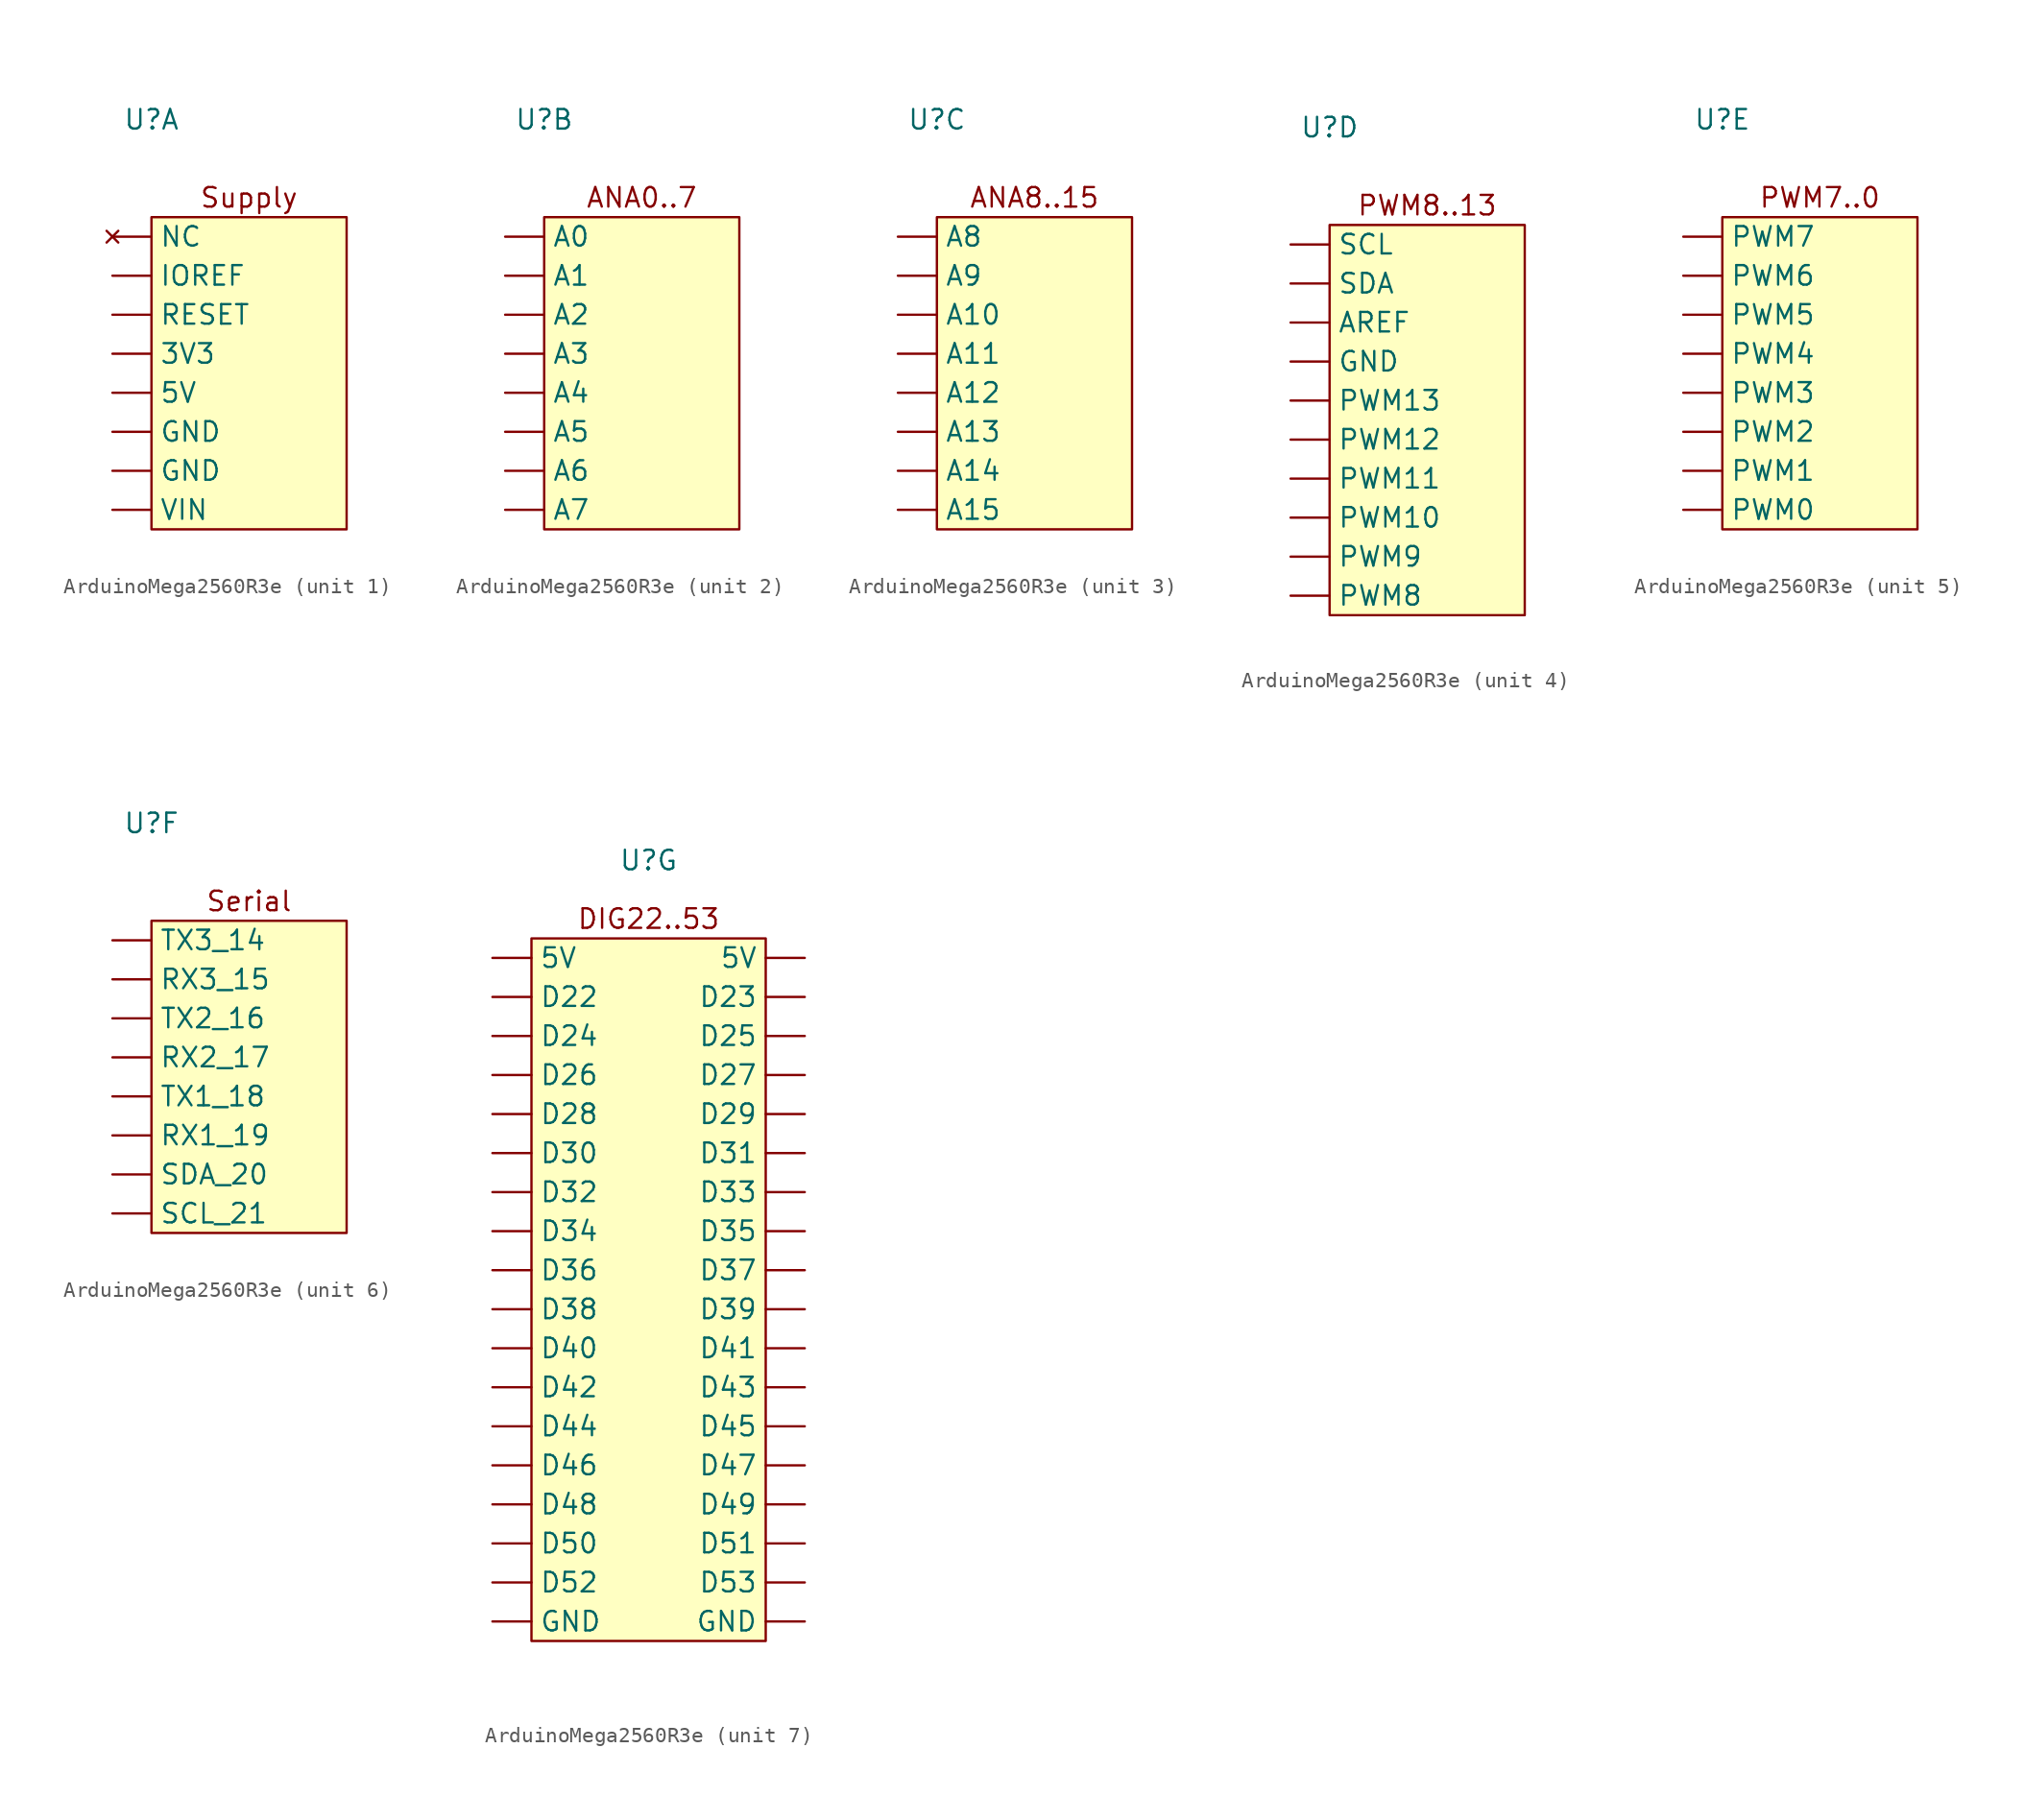
<source format=kicad_sym>
(kicad_symbol_lib
  (version 20220914)
  (generator kicad_symbol_editor)
  (symbol "ArduinoMega2560R3e"
    (pin_numbers hide)
    (property "Reference" "U"
      (at 0 3.81 0)
      (effects (font (size 1.27 1.27))))
    (property "Value" ""
      (at 0 0 0)
      (effects (font (size 1.27 1.27))))
    (property "ki_locked" ""
      (at 0 0 0)
      (effects (font (size 1.27 1.27))))
    (symbol "ArduinoMega2560R3e_1_1"
      (rectangle (start 0 -2.54) (end 12.7 -22.86) (stroke (width 0) (type default)) (fill (type background)))
      (text "Supply" (at 6.35 -1.27 0) (effects (font (size 1.27 1.27))))
      (pin no_connect line (at -2.54 -3.81 0) (length 2.54) (name "NC" (effects (font (size 1.27 1.27)))) (number "201" (effects (font (size 1.27 1.27)))))
      (pin output line (at -2.54 -6.35 0) (length 2.54) (name "IOREF" (effects (font (size 1.27 1.27)))) (number "202" (effects (font (size 1.27 1.27)))))
      (pin input line (at -2.54 -8.89 0) (length 2.54) (name "RESET" (effects (font (size 1.27 1.27)))) (number "203" (effects (font (size 1.27 1.27)))))
      (pin power_out line (at -2.54 -11.43 0) (length 2.54) (name "3V3" (effects (font (size 1.27 1.27)))) (number "204" (effects (font (size 1.27 1.27)))))
      (pin power_out line (at -2.54 -13.97 0) (length 2.54) (name "5V" (effects (font (size 1.27 1.27)))) (number "205" (effects (font (size 1.27 1.27)))))
      (pin power_in line (at -2.54 -16.51 0) (length 2.54) (name "GND" (effects (font (size 1.27 1.27)))) (number "206" (effects (font (size 1.27 1.27)))))
      (pin power_in line (at -2.54 -19.05 0) (length 2.54) (name "GND" (effects (font (size 1.27 1.27)))) (number "207" (effects (font (size 1.27 1.27)))))
      (pin power_in line (at -2.54 -21.59 0) (length 2.54) (name "VIN" (effects (font (size 1.27 1.27)))) (number "208" (effects (font (size 1.27 1.27))))))
    (symbol "ArduinoMega2560R3e_2_1"
      (rectangle (start 0 -2.54) (end 12.7 -22.86) (stroke (width 0) (type default)) (fill (type background)))
      (text "ANA0..7" (at 6.35 -1.27 0) (effects (font (size 1.27 1.27))))
      (pin input line (at -2.54 -3.81 0) (length 2.54) (name "A0" (effects (font (size 1.27 1.27)))) (number "209" (effects (font (size 1.27 1.27)))))
      (pin input line (at -2.54 -6.35 0) (length 2.54) (name "A1" (effects (font (size 1.27 1.27)))) (number "210" (effects (font (size 1.27 1.27)))))
      (pin input line (at -2.54 -8.89 0) (length 2.54) (name "A2" (effects (font (size 1.27 1.27)))) (number "211" (effects (font (size 1.27 1.27)))))
      (pin input line (at -2.54 -11.43 0) (length 2.54) (name "A3" (effects (font (size 1.27 1.27)))) (number "212" (effects (font (size 1.27 1.27)))))
      (pin input line (at -2.54 -13.97 0) (length 2.54) (name "A4" (effects (font (size 1.27 1.27)))) (number "213" (effects (font (size 1.27 1.27)))))
      (pin input line (at -2.54 -16.51 0) (length 2.54) (name "A5" (effects (font (size 1.27 1.27)))) (number "214" (effects (font (size 1.27 1.27)))))
      (pin input line (at -2.54 -19.05 0) (length 2.54) (name "A6" (effects (font (size 1.27 1.27)))) (number "215" (effects (font (size 1.27 1.27)))))
      (pin input line (at -2.54 -21.59 0) (length 2.54) (name "A7" (effects (font (size 1.27 1.27)))) (number "216" (effects (font (size 1.27 1.27))))))
    (symbol "ArduinoMega2560R3e_3_1"
      (rectangle (start 0 -2.54) (end 12.7 -22.86) (stroke (width 0) (type default)) (fill (type background)))
      (text "ANA8..15" (at 6.35 -1.27 0) (effects (font (size 1.27 1.27))))
      (pin input line (at -2.54 -3.81 0) (length 2.54) (name "A8" (effects (font (size 1.27 1.27)))) (number "217" (effects (font (size 1.27 1.27)))))
      (pin input line (at -2.54 -6.35 0) (length 2.54) (name "A9" (effects (font (size 1.27 1.27)))) (number "218" (effects (font (size 1.27 1.27)))))
      (pin input line (at -2.54 -8.89 0) (length 2.54) (name "A10" (effects (font (size 1.27 1.27)))) (number "219" (effects (font (size 1.27 1.27)))))
      (pin input line (at -2.54 -11.43 0) (length 2.54) (name "A11" (effects (font (size 1.27 1.27)))) (number "220" (effects (font (size 1.27 1.27)))))
      (pin input line (at -2.54 -13.97 0) (length 2.54) (name "A12" (effects (font (size 1.27 1.27)))) (number "221" (effects (font (size 1.27 1.27)))))
      (pin input line (at -2.54 -16.51 0) (length 2.54) (name "A13" (effects (font (size 1.27 1.27)))) (number "222" (effects (font (size 1.27 1.27)))))
      (pin input line (at -2.54 -19.05 0) (length 2.54) (name "A14" (effects (font (size 1.27 1.27)))) (number "223" (effects (font (size 1.27 1.27)))))
      (pin input line (at -2.54 -21.59 0) (length 2.54) (name "A15" (effects (font (size 1.27 1.27)))) (number "224" (effects (font (size 1.27 1.27))))))
    (symbol "ArduinoMega2560R3e_4_1"
      (rectangle (start 0 -2.54) (end 12.7 -27.94) (stroke (width 0) (type default)) (fill (type background)))
      (text "PWM8..13" (at 6.35 -1.27 0) (effects (font (size 1.27 1.27))))
      (pin output line (at -2.54 -3.81 0) (length 2.54) (name "SCL" (effects (font (size 1.27 1.27)))) (number "101" (effects (font (size 1.27 1.27)))))
      (pin bidirectional line (at -2.54 -6.35 0) (length 2.54) (name "SDA" (effects (font (size 1.27 1.27)))) (number "102" (effects (font (size 1.27 1.27)))))
      (pin input line (at -2.54 -8.89 0) (length 2.54) (name "AREF" (effects (font (size 1.27 1.27)))) (number "103" (effects (font (size 1.27 1.27)))))
      (pin power_in line (at -2.54 -11.43 0) (length 2.54) (name "GND" (effects (font (size 1.27 1.27)))) (number "104" (effects (font (size 1.27 1.27)))))
      (pin bidirectional line (at -2.54 -13.97 0) (length 2.54) (name "PWM13" (effects (font (size 1.27 1.27)))) (number "105" (effects (font (size 1.27 1.27)))))
      (pin bidirectional line (at -2.54 -16.51 0) (length 2.54) (name "PWM12" (effects (font (size 1.27 1.27)))) (number "106" (effects (font (size 1.27 1.27)))))
      (pin bidirectional line (at -2.54 -19.05 0) (length 2.54) (name "PWM11" (effects (font (size 1.27 1.27)))) (number "107" (effects (font (size 1.27 1.27)))))
      (pin bidirectional line (at -2.54 -21.59 0) (length 2.54) (name "PWM10" (effects (font (size 1.27 1.27)))) (number "108" (effects (font (size 1.27 1.27)))))
      (pin bidirectional line (at -2.54 -24.13 0) (length 2.54) (name "PWM9" (effects (font (size 1.27 1.27)))) (number "109" (effects (font (size 1.27 1.27)))))
      (pin bidirectional line (at -2.54 -26.67 0) (length 2.54) (name "PWM8" (effects (font (size 1.27 1.27)))) (number "110" (effects (font (size 1.27 1.27))))))
    (symbol "ArduinoMega2560R3e_5_1"
      (rectangle (start 0 -2.54) (end 12.7 -22.86) (stroke (width 0) (type default)) (fill (type background)))
      (text "PWM7..0" (at 6.35 -1.27 0) (effects (font (size 1.27 1.27))))
      (pin bidirectional line (at -2.54 -3.81 0) (length 2.54) (name "PWM7" (effects (font (size 1.27 1.27)))) (number "111" (effects (font (size 1.27 1.27)))))
      (pin bidirectional line (at -2.54 -6.35 0) (length 2.54) (name "PWM6" (effects (font (size 1.27 1.27)))) (number "112" (effects (font (size 1.27 1.27)))))
      (pin bidirectional line (at -2.54 -8.89 0) (length 2.54) (name "PWM5" (effects (font (size 1.27 1.27)))) (number "113" (effects (font (size 1.27 1.27)))))
      (pin bidirectional line (at -2.54 -11.43 0) (length 2.54) (name "PWM4" (effects (font (size 1.27 1.27)))) (number "114" (effects (font (size 1.27 1.27)))))
      (pin bidirectional line (at -2.54 -13.97 0) (length 2.54) (name "PWM3" (effects (font (size 1.27 1.27)))) (number "115" (effects (font (size 1.27 1.27)))))
      (pin bidirectional line (at -2.54 -16.51 0) (length 2.54) (name "PWM2" (effects (font (size 1.27 1.27)))) (number "116" (effects (font (size 1.27 1.27)))))
      (pin bidirectional line (at -2.54 -19.05 0) (length 2.54) (name "PWM1" (effects (font (size 1.27 1.27)))) (number "117" (effects (font (size 1.27 1.27)))))
      (pin bidirectional line (at -2.54 -21.59 0) (length 2.54) (name "PWM0" (effects (font (size 1.27 1.27)))) (number "118" (effects (font (size 1.27 1.27))))))
    (symbol "ArduinoMega2560R3e_6_1"
      (rectangle (start 0 -2.54) (end 12.7 -22.86) (stroke (width 0) (type default)) (fill (type background)))
      (text "Serial" (at 6.35 -1.27 0) (effects (font (size 1.27 1.27))))
      (pin bidirectional line (at -2.54 -3.81 0) (length 2.54) (name "TX3_14" (effects (font (size 1.27 1.27)))) (number "119" (effects (font (size 1.27 1.27)))))
      (pin bidirectional line (at -2.54 -6.35 0) (length 2.54) (name "RX3_15" (effects (font (size 1.27 1.27)))) (number "120" (effects (font (size 1.27 1.27)))))
      (pin bidirectional line (at -2.54 -8.89 0) (length 2.54) (name "TX2_16" (effects (font (size 1.27 1.27)))) (number "121" (effects (font (size 1.27 1.27)))))
      (pin bidirectional line (at -2.54 -11.43 0) (length 2.54) (name "RX2_17" (effects (font (size 1.27 1.27)))) (number "122" (effects (font (size 1.27 1.27)))))
      (pin bidirectional line (at -2.54 -13.97 0) (length 2.54) (name "TX1_18" (effects (font (size 1.27 1.27)))) (number "123" (effects (font (size 1.27 1.27)))))
      (pin bidirectional line (at -2.54 -16.51 0) (length 2.54) (name "RX1_19" (effects (font (size 1.27 1.27)))) (number "124" (effects (font (size 1.27 1.27)))))
      (pin bidirectional line (at -2.54 -19.05 0) (length 2.54) (name "SDA_20" (effects (font (size 1.27 1.27)))) (number "125" (effects (font (size 1.27 1.27)))))
      (pin bidirectional line (at -2.54 -21.59 0) (length 2.54) (name "SCL_21" (effects (font (size 1.27 1.27)))) (number "126" (effects (font (size 1.27 1.27))))))
    (symbol "ArduinoMega2560R3e_7_1"
      (rectangle (start -7.62 -1.27) (end 7.62 -46.99) (stroke (width 0) (type default)) (fill (type background)))
      (text "DIG22..53" (at 0 0 0) (effects (font (size 1.27 1.27))))
      (pin power_out line (at -10.16 -2.54 0) (length 2.54) (name "5V" (effects (font (size 1.27 1.27)))) (number "1" (effects (font (size 1.27 1.27)))))
      (pin bidirectional line (at 10.16 -12.7 180) (length 2.54) (name "D29" (effects (font (size 1.27 1.27)))) (number "10" (effects (font (size 1.27 1.27)))))
      (pin bidirectional line (at -10.16 -15.24 0) (length 2.54) (name "D30" (effects (font (size 1.27 1.27)))) (number "11" (effects (font (size 1.27 1.27)))))
      (pin bidirectional line (at 10.16 -15.24 180) (length 2.54) (name "D31" (effects (font (size 1.27 1.27)))) (number "12" (effects (font (size 1.27 1.27)))))
      (pin bidirectional line (at -10.16 -17.78 0) (length 2.54) (name "D32" (effects (font (size 1.27 1.27)))) (number "13" (effects (font (size 1.27 1.27)))))
      (pin bidirectional line (at 10.16 -17.78 180) (length 2.54) (name "D33" (effects (font (size 1.27 1.27)))) (number "14" (effects (font (size 1.27 1.27)))))
      (pin bidirectional line (at -10.16 -20.32 0) (length 2.54) (name "D34" (effects (font (size 1.27 1.27)))) (number "15" (effects (font (size 1.27 1.27)))))
      (pin bidirectional line (at 10.16 -20.32 180) (length 2.54) (name "D35" (effects (font (size 1.27 1.27)))) (number "16" (effects (font (size 1.27 1.27)))))
      (pin bidirectional line (at -10.16 -22.86 0) (length 2.54) (name "D36" (effects (font (size 1.27 1.27)))) (number "17" (effects (font (size 1.27 1.27)))))
      (pin bidirectional line (at 10.16 -22.86 180) (length 2.54) (name "D37" (effects (font (size 1.27 1.27)))) (number "18" (effects (font (size 1.27 1.27)))))
      (pin bidirectional line (at -10.16 -25.4 0) (length 2.54) (name "D38" (effects (font (size 1.27 1.27)))) (number "19" (effects (font (size 1.27 1.27)))))
      (pin power_out line (at 10.16 -2.54 180) (length 2.54) (name "5V" (effects (font (size 1.27 1.27)))) (number "2" (effects (font (size 1.27 1.27)))))
      (pin bidirectional line (at 10.16 -25.4 180) (length 2.54) (name "D39" (effects (font (size 1.27 1.27)))) (number "20" (effects (font (size 1.27 1.27)))))
      (pin bidirectional line (at -10.16 -27.94 0) (length 2.54) (name "D40" (effects (font (size 1.27 1.27)))) (number "21" (effects (font (size 1.27 1.27)))))
      (pin bidirectional line (at 10.16 -27.94 180) (length 2.54) (name "D41" (effects (font (size 1.27 1.27)))) (number "22" (effects (font (size 1.27 1.27)))))
      (pin bidirectional line (at -10.16 -30.48 0) (length 2.54) (name "D42" (effects (font (size 1.27 1.27)))) (number "23" (effects (font (size 1.27 1.27)))))
      (pin bidirectional line (at 10.16 -30.48 180) (length 2.54) (name "D43" (effects (font (size 1.27 1.27)))) (number "24" (effects (font (size 1.27 1.27)))))
      (pin bidirectional line (at -10.16 -33.02 0) (length 2.54) (name "D44" (effects (font (size 1.27 1.27)))) (number "25" (effects (font (size 1.27 1.27)))))
      (pin bidirectional line (at 10.16 -33.02 180) (length 2.54) (name "D45" (effects (font (size 1.27 1.27)))) (number "26" (effects (font (size 1.27 1.27)))))
      (pin bidirectional line (at -10.16 -35.56 0) (length 2.54) (name "D46" (effects (font (size 1.27 1.27)))) (number "27" (effects (font (size 1.27 1.27)))))
      (pin bidirectional line (at 10.16 -35.56 180) (length 2.54) (name "D47" (effects (font (size 1.27 1.27)))) (number "28" (effects (font (size 1.27 1.27)))))
      (pin bidirectional line (at -10.16 -38.1 0) (length 2.54) (name "D48" (effects (font (size 1.27 1.27)))) (number "29" (effects (font (size 1.27 1.27)))))
      (pin bidirectional line (at -10.16 -5.08 0) (length 2.54) (name "D22" (effects (font (size 1.27 1.27)))) (number "3" (effects (font (size 1.27 1.27)))))
      (pin bidirectional line (at 10.16 -38.1 180) (length 2.54) (name "D49" (effects (font (size 1.27 1.27)))) (number "30" (effects (font (size 1.27 1.27)))))
      (pin bidirectional line (at -10.16 -40.64 0) (length 2.54) (name "D50" (effects (font (size 1.27 1.27)))) (number "31" (effects (font (size 1.27 1.27)))))
      (pin bidirectional line (at 10.16 -40.64 180) (length 2.54) (name "D51" (effects (font (size 1.27 1.27)))) (number "32" (effects (font (size 1.27 1.27)))))
      (pin bidirectional line (at -10.16 -43.18 0) (length 2.54) (name "D52" (effects (font (size 1.27 1.27)))) (number "33" (effects (font (size 1.27 1.27)))))
      (pin bidirectional line (at 10.16 -43.18 180) (length 2.54) (name "D53" (effects (font (size 1.27 1.27)))) (number "34" (effects (font (size 1.27 1.27)))))
      (pin power_in line (at -10.16 -45.72 0) (length 2.54) (name "GND" (effects (font (size 1.27 1.27)))) (number "35" (effects (font (size 1.27 1.27)))))
      (pin power_in line (at 10.16 -45.72 180) (length 2.54) (name "GND" (effects (font (size 1.27 1.27)))) (number "36" (effects (font (size 1.27 1.27)))))
      (pin bidirectional line (at 10.16 -5.08 180) (length 2.54) (name "D23" (effects (font (size 1.27 1.27)))) (number "4" (effects (font (size 1.27 1.27)))))
      (pin bidirectional line (at -10.16 -7.62 0) (length 2.54) (name "D24" (effects (font (size 1.27 1.27)))) (number "5" (effects (font (size 1.27 1.27)))))
      (pin bidirectional line (at 10.16 -7.62 180) (length 2.54) (name "D25" (effects (font (size 1.27 1.27)))) (number "6" (effects (font (size 1.27 1.27)))))
      (pin bidirectional line (at -10.16 -10.16 0) (length 2.54) (name "D26" (effects (font (size 1.27 1.27)))) (number "7" (effects (font (size 1.27 1.27)))))
      (pin bidirectional line (at 10.16 -10.16 180) (length 2.54) (name "D27" (effects (font (size 1.27 1.27)))) (number "8" (effects (font (size 1.27 1.27)))))
      (pin bidirectional line (at -10.16 -12.7 0) (length 2.54) (name "D28" (effects (font (size 1.27 1.27)))) (number "9" (effects (font (size 1.27 1.27))))))))
</source>
